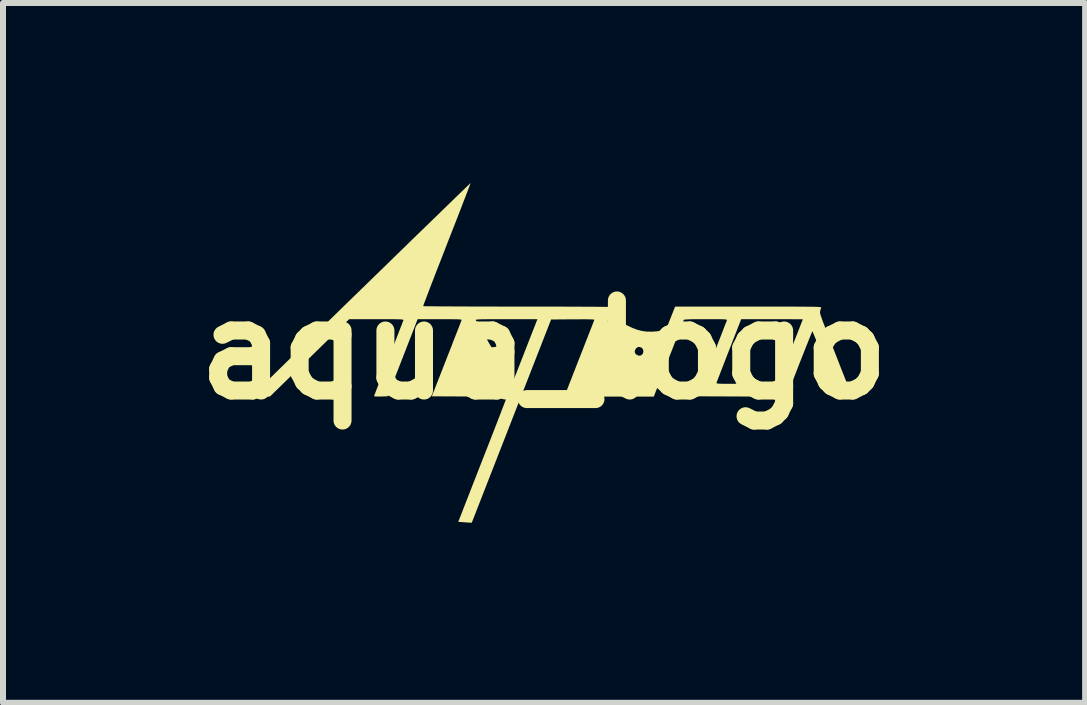
<source format=kicad_pcb>
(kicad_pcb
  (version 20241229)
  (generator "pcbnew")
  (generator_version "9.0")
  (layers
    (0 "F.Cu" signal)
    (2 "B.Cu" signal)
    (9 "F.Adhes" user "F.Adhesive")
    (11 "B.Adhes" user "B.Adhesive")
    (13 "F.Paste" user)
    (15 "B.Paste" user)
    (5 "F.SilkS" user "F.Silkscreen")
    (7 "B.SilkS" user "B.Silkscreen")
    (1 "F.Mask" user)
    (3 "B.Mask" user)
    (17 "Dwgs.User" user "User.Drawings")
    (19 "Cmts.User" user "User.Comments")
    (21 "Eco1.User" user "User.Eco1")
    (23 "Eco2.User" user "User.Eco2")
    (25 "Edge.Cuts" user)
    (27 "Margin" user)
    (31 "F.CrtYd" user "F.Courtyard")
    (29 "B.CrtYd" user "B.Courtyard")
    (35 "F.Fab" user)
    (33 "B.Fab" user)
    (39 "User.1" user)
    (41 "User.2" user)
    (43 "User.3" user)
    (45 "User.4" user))
  (footprint "aqua_logo"
    (layer "F.Cu")
    (at 6.014 2.778)
    (property "Reference" "aqua_logo" (at 0 0 0) (layer "F.SilkS") (effects (font (size 1.5 1.5) (thickness 0.3))))
    (attr board_only exclude_from_pos_files exclude_from_bom)
    (fp_poly (pts (xy -1.227 -2.768) (xy -1.237 -2.741) (xy -1.253 -2.698) (xy -1.275 -2.64) (xy -1.303 -2.567) (xy -1.336 -2.483) (xy -1.373 -2.386) (xy -1.414 -2.28) (xy -1.459 -2.164) (xy -1.507 -2.041) (xy -1.558 -1.911) (xy -1.611 -1.776) (xy -1.619 -1.755) (xy -1.672 -1.618) (xy -1.723 -1.487) (xy -1.772 -1.363) (xy -1.817 -1.246) (xy -1.859 -1.137) (xy -1.897 -1.039) (xy -1.93 -0.952) (xy -1.958 -0.878) (xy -1.981 -0.817) (xy -1.999 -0.771) (xy -2.009 -0.741) (xy -2.014 -0.728) (xy -2.014 -0.728) (xy -2.003 -0.727) (xy -1.974 -0.726) (xy -1.927 -0.725) (xy -1.863 -0.725) (xy -1.783 -0.724) (xy -1.689 -0.723) (xy -1.581 -0.723) (xy -1.461 -0.722) (xy -1.329 -0.722) (xy -1.187 -0.721) (xy -1.035 -0.721) (xy -0.876 -0.721) (xy -0.709 -0.72) (xy -0.536 -0.72) (xy -0.43 -0.72) (xy -0.253 -0.72) (xy -0.083 -0.72) (xy 0.081 -0.72) (xy 0.238 -0.72) (xy 0.385 -0.719) (xy 0.523 -0.719) (xy 0.65 -0.718) (xy 0.766 -0.718) (xy 0.868 -0.717) (xy 0.956 -0.716) (xy 1.029 -0.715) (xy 1.086 -0.715) (xy 1.126 -0.714) (xy 1.147 -0.713) (xy 1.15 -0.712) (xy 1.147 -0.7) (xy 1.137 -0.674) (xy 1.123 -0.637) (xy 1.106 -0.593) (xy 1.105 -0.592) (xy 1.088 -0.548) (xy 1.074 -0.511) (xy 1.064 -0.485) (xy 1.06 -0.473) (xy 1.06 -0.473) (xy 1.07 -0.47) (xy 1.095 -0.467) (xy 1.132 -0.465) (xy 1.163 -0.465) (xy 1.265 -0.464) (xy 1.391 -0.403) (xy 1.479 -0.362) (xy 1.557 -0.333) (xy 1.63 -0.314) (xy 1.703 -0.304) (xy 1.783 -0.302) (xy 1.811 -0.303) (xy 1.89 -0.309) (xy 1.951 -0.319) (xy 1.981 -0.327) (xy 2.036 -0.347) (xy 2.11 -0.533) (xy 2.184 -0.72) (xy 3.404 -0.72) (xy 3.586 -0.72) (xy 3.749 -0.72) (xy 3.893 -0.72) (xy 4.021 -0.72) (xy 4.133 -0.72) (xy 4.231 -0.719) (xy 4.314 -0.719) (xy 4.385 -0.718) (xy 4.444 -0.718) (xy 4.492 -0.717) (xy 4.531 -0.716) (xy 4.561 -0.715) (xy 4.583 -0.713) (xy 4.599 -0.712) (xy 4.609 -0.71) (xy 4.615 -0.708) (xy 4.617 -0.706) (xy 4.617 -0.703) (xy 4.617 -0.703) (xy 4.61 -0.682) (xy 4.602 -0.652) (xy 4.6 -0.645) (xy 4.599 -0.637) (xy 4.598 -0.628) (xy 4.599 -0.616) (xy 4.602 -0.601) (xy 4.607 -0.581) (xy 4.616 -0.554) (xy 4.628 -0.52) (xy 4.643 -0.476) (xy 4.664 -0.423) (xy 4.689 -0.357) (xy 4.719 -0.279) (xy 4.755 -0.186) (xy 4.797 -0.077) (xy 4.847 0.048) (xy 4.857 0.075) (xy 4.901 0.186) (xy 4.942 0.292) (xy 4.981 0.391) (xy 5.017 0.482) (xy 5.048 0.563) (xy 5.076 0.632) (xy 5.098 0.689) (xy 5.115 0.732) (xy 5.125 0.759) (xy 5.129 0.768) (xy 5.127 0.774) (xy 5.115 0.777) (xy 5.089 0.779) (xy 5.047 0.779) (xy 5.017 0.778) (xy 4.9 0.775) (xy 4.688 0.233) (xy 4.65 0.134) (xy 4.613 0.041) (xy 4.58 -0.044) (xy 4.549 -0.121) (xy 4.523 -0.187) (xy 4.501 -0.24) (xy 4.485 -0.279) (xy 4.475 -0.303) (xy 4.471 -0.31) (xy 4.467 -0.301) (xy 4.456 -0.275) (xy 4.439 -0.234) (xy 4.416 -0.178) (xy 4.39 -0.111) (xy 4.359 -0.034) (xy 4.325 0.053) (xy 4.288 0.146) (xy 4.257 0.224) (xy 4.219 0.322) (xy 4.183 0.415) (xy 4.149 0.501) (xy 4.119 0.578) (xy 4.093 0.644) (xy 4.071 0.698) (xy 4.055 0.738) (xy 4.045 0.762) (xy 4.042 0.769) (xy 4.034 0.772) (xy 4.013 0.774) (xy 3.977 0.775) (xy 3.927 0.776) (xy 3.861 0.777) (xy 3.779 0.778) (xy 3.679 0.778) (xy 3.562 0.778) (xy 3.426 0.778) (xy 3.294 0.778) (xy 2.553 0.775) (xy 2.64 0.554) (xy 2.874 0.554) (xy 2.876 0.557) (xy 2.882 0.56) (xy 2.893 0.562) (xy 2.912 0.564) (xy 2.94 0.565) (xy 2.978 0.566) (xy 3.028 0.566) (xy 3.091 0.566) (xy 3.17 0.566) (xy 3.266 0.565) (xy 3.38 0.564) (xy 3.383 0.564) (xy 3.896 0.561) (xy 3.915 0.508) (xy 3.926 0.479) (xy 3.943 0.434) (xy 3.967 0.373) (xy 3.996 0.299) (xy 4.029 0.213) (xy 4.066 0.118) (xy 4.107 0.015) (xy 4.15 -0.095) (xy 4.195 -0.21) (xy 4.211 -0.25) (xy 4.237 -0.317) (xy 4.261 -0.377) (xy 4.281 -0.429) (xy 4.297 -0.47) (xy 4.308 -0.497) (xy 4.312 -0.507) (xy 4.312 -0.508) (xy 4.302 -0.508) (xy 4.274 -0.509) (xy 4.23 -0.509) (xy 4.172 -0.509) (xy 4.101 -0.51) (xy 4.019 -0.51) (xy 3.928 -0.51) (xy 3.831 -0.51) (xy 3.798 -0.51) (xy 3.285 -0.51) (xy 3.082 0.01) (xy 3.044 0.107) (xy 3.009 0.199) (xy 2.976 0.284) (xy 2.946 0.361) (xy 2.921 0.426) (xy 2.9 0.48) (xy 2.885 0.519) (xy 2.876 0.543) (xy 2.874 0.549) (xy 2.874 0.554) (xy 2.64 0.554) (xy 2.797 0.15) (xy 2.839 0.043) (xy 2.878 -0.058) (xy 2.915 -0.153) (xy 2.949 -0.239) (xy 2.978 -0.315) (xy 3.003 -0.38) (xy 3.023 -0.431) (xy 3.038 -0.468) (xy 3.046 -0.489) (xy 3.047 -0.493) (xy 3.047 -0.497) (xy 3.044 -0.501) (xy 3.036 -0.504) (xy 3.02 -0.506) (xy 2.995 -0.508) (xy 2.959 -0.509) (xy 2.91 -0.51) (xy 2.846 -0.51) (xy 2.765 -0.51) (xy 2.693 -0.51) (xy 2.594 -0.51) (xy 2.513 -0.51) (xy 2.449 -0.509) (xy 2.4 -0.507) (xy 2.366 -0.505) (xy 2.343 -0.503) (xy 2.331 -0.5) (xy 2.328 -0.498) (xy 2.322 -0.481) (xy 2.309 -0.449) (xy 2.29 -0.401) (xy 2.267 -0.341) (xy 2.239 -0.27) (xy 2.208 -0.191) (xy 2.174 -0.105) (xy 2.139 -0.014) (xy 2.102 0.08) (xy 2.065 0.174) (xy 2.029 0.267) (xy 1.994 0.357) (xy 1.961 0.441) (xy 1.931 0.519) (xy 1.904 0.587) (xy 1.882 0.644) (xy 1.864 0.688) (xy 1.853 0.717) (xy 1.849 0.728) (xy 1.829 0.78) (xy 1.084 0.78) (xy 0.939 0.78) (xy 0.813 0.78) (xy 0.705 0.78) (xy 0.613 0.779) (xy 0.537 0.778) (xy 0.475 0.778) (xy 0.427 0.776) (xy 0.391 0.775) (xy 0.365 0.773) (xy 0.35 0.771) (xy 0.343 0.769) (xy 0.343 0.768) (xy 0.347 0.757) (xy 0.358 0.73) (xy 0.375 0.687) (xy 0.396 0.632) (xy 0.422 0.565) (xy 0.452 0.49) (xy 0.484 0.406) (xy 0.513 0.334) (xy 1.22 0.334) (xy 1.225 0.359) (xy 1.24 0.368) (xy 1.26 0.368) (xy 1.279 0.362) (xy 1.287 0.344) (xy 1.289 0.334) (xy 1.288 0.31) (xy 1.276 0.299) (xy 1.272 0.298) (xy 1.245 0.299) (xy 1.226 0.314) (xy 1.22 0.334) (xy 0.513 0.334) (xy 0.519 0.318) (xy 0.555 0.225) (xy 0.592 0.131) (xy 0.628 0.039) (xy 1.511 0.039) (xy 1.526 0.069) (xy 1.537 0.079) (xy 1.572 0.097) (xy 1.607 0.096) (xy 1.632 0.081) (xy 1.65 0.057) (xy 1.655 0.026) (xy 1.648 -0.01) (xy 1.628 -0.034) (xy 1.594 -0.046) (xy 1.568 -0.047) (xy 1.547 -0.036) (xy 1.536 -0.027) (xy 1.515 0.006) (xy 1.511 0.039) (xy 0.628 0.039) (xy 0.629 0.037) (xy 0.665 -0.055) (xy 0.696 -0.136) (xy 1.11 -0.136) (xy 1.118 -0.108) (xy 1.14 -0.094) (xy 1.165 -0.092) (xy 1.185 -0.096) (xy 1.193 -0.106) (xy 1.195 -0.128) (xy 1.195 -0.135) (xy 1.194 -0.161) (xy 1.187 -0.173) (xy 1.17 -0.178) (xy 1.167 -0.178) (xy 1.136 -0.175) (xy 1.116 -0.158) (xy 1.11 -0.136) (xy 0.696 -0.136) (xy 0.699 -0.144) (xy 0.732 -0.226) (xy 0.761 -0.302) (xy 0.787 -0.367) (xy 0.808 -0.422) (xy 0.824 -0.463) (xy 0.834 -0.489) (xy 0.838 -0.498) (xy 0.835 -0.501) (xy 0.824 -0.504) (xy 0.803 -0.506) (xy 0.77 -0.507) (xy 0.723 -0.508) (xy 0.661 -0.509) (xy 0.582 -0.508) (xy 0.485 -0.508) (xy 0.48 -0.508) (xy 0.118 -0.505) (xy -0.543 1.188) (xy -1.204 2.881) (xy -1.24 2.879) (xy -1.268 2.878) (xy -1.307 2.875) (xy -1.35 2.872) (xy -1.352 2.872) (xy -1.429 2.866) (xy -1.025 1.831) (xy -0.971 1.693) (xy -0.919 1.561) (xy -0.87 1.435) (xy -0.824 1.317) (xy -0.782 1.208) (xy -0.743 1.108) (xy -0.709 1.02) (xy -0.68 0.944) (xy -0.656 0.882) (xy -0.638 0.835) (xy -0.626 0.803) (xy -0.62 0.789) (xy -0.62 0.788) (xy -0.63 0.787) (xy -0.658 0.785) (xy -0.703 0.784) (xy -0.762 0.783) (xy -0.835 0.781) (xy -0.919 0.78) (xy -1.014 0.779) (xy -1.116 0.779) (xy -1.225 0.778) (xy -1.245 0.778) (xy -1.869 0.775) (xy -1.625 0.15) (xy -1.583 0.043) (xy -1.543 -0.058) (xy -1.507 -0.153) (xy -1.473 -0.239) (xy -1.443 -0.315) (xy -1.418 -0.38) (xy -1.398 -0.431) (xy -1.384 -0.468) (xy -1.376 -0.489) (xy -1.375 -0.493) (xy -1.375 -0.496) (xy -1.137 -0.496) (xy -1.136 -0.493) (xy -1.13 -0.481) (xy -1.114 -0.454) (xy -1.091 -0.413) (xy -1.06 -0.359) (xy -1.023 -0.295) (xy -0.98 -0.221) (xy -0.933 -0.14) (xy -0.882 -0.053) (xy -0.849 0.005) (xy -0.784 0.115) (xy -0.729 0.21) (xy -0.682 0.29) (xy -0.643 0.356) (xy -0.611 0.41) (xy -0.586 0.453) (xy -0.566 0.486) (xy -0.552 0.511) (xy -0.541 0.528) (xy -0.534 0.54) (xy -0.53 0.546) (xy -0.527 0.549) (xy -0.526 0.549) (xy -0.525 0.548) (xy -0.525 0.548) (xy -0.521 0.539) (xy -0.51 0.512) (xy -0.494 0.47) (xy -0.472 0.415) (xy -0.446 0.349) (xy -0.416 0.272) (xy -0.383 0.188) (xy -0.347 0.096) (xy -0.335 0.065) (xy -0.298 -0.03) (xy -0.263 -0.12) (xy -0.23 -0.204) (xy -0.201 -0.279) (xy -0.175 -0.345) (xy -0.154 -0.398) (xy -0.139 -0.437) (xy -0.13 -0.46) (xy -0.129 -0.463) (xy -0.11 -0.51) (xy -0.626 -0.51) (xy -0.741 -0.51) (xy -0.838 -0.51) (xy -0.918 -0.51) (xy -0.982 -0.509) (xy -1.033 -0.509) (xy -1.071 -0.507) (xy -1.099 -0.506) (xy -1.118 -0.504) (xy -1.129 -0.502) (xy -1.135 -0.499) (xy -1.137 -0.496) (xy -1.375 -0.496) (xy -1.374 -0.497) (xy -1.377 -0.501) (xy -1.386 -0.504) (xy -1.402 -0.506) (xy -1.426 -0.508) (xy -1.462 -0.509) (xy -1.511 -0.509) (xy -1.574 -0.51) (xy -1.654 -0.51) (xy -1.738 -0.51) (xy -2.106 -0.51) (xy -2.356 0.133) (xy -2.606 0.775) (xy -2.719 0.778) (xy -2.77 0.779) (xy -2.808 0.777) (xy -2.828 0.774) (xy -2.831 0.771) (xy -2.828 0.76) (xy -2.817 0.732) (xy -2.801 0.689) (xy -2.779 0.632) (xy -2.752 0.562) (xy -2.721 0.482) (xy -2.687 0.392) (xy -2.649 0.294) (xy -2.608 0.191) (xy -2.59 0.143) (xy -2.548 0.037) (xy -2.509 -0.064) (xy -2.472 -0.158) (xy -2.439 -0.243) (xy -2.41 -0.319) (xy -2.385 -0.383) (xy -2.365 -0.434) (xy -2.352 -0.47) (xy -2.344 -0.49) (xy -2.343 -0.493) (xy -2.343 -0.497) (xy -2.346 -0.5) (xy -2.354 -0.503) (xy -2.369 -0.505) (xy -2.391 -0.507) (xy -2.424 -0.508) (xy -2.469 -0.509) (xy -2.526 -0.51) (xy -2.599 -0.51) (xy -2.688 -0.51) (xy -2.793 -0.51) (xy -3.247 -0.51) (xy -3.907 0.135) (xy -4.567 0.779) (xy -4.722 0.78) (xy -4.877 0.78) (xy -4.767 0.671) (xy -4.73 0.635) (xy -4.681 0.587) (xy -4.621 0.528) (xy -4.55 0.459) (xy -4.47 0.38) (xy -4.381 0.293) (xy -4.284 0.198) (xy -4.179 0.095) (xy -4.067 -0.013) (xy -3.95 -0.128) (xy -3.827 -0.248) (xy -3.7 -0.372) (xy -3.569 -0.499) (xy -3.435 -0.63) (xy -3.299 -0.763) (xy -3.161 -0.897) (xy -3.022 -1.032) (xy -2.884 -1.167) (xy -2.746 -1.301) (xy -2.609 -1.434) (xy -2.475 -1.565) (xy -2.344 -1.692) (xy -2.216 -1.817) (xy -2.093 -1.937) (xy -1.974 -2.052) (xy -1.862 -2.161) (xy -1.756 -2.263) (xy -1.658 -2.359) (xy -1.568 -2.446) (xy -1.487 -2.525) (xy -1.415 -2.595) (xy -1.353 -2.654) (xy -1.303 -2.703) (xy -1.264 -2.74) (xy -1.238 -2.765) (xy -1.225 -2.777) (xy -1.224 -2.778)) (stroke (width 0) (type solid)) (fill yes) (layer "F.SilkS")))
  (gr_rect
    (start -3 -3)
    (end 15.029 8.659)
    (stroke (width 0.1) (type default))
    (fill no)
    (layer "Edge.Cuts")))
</source>
